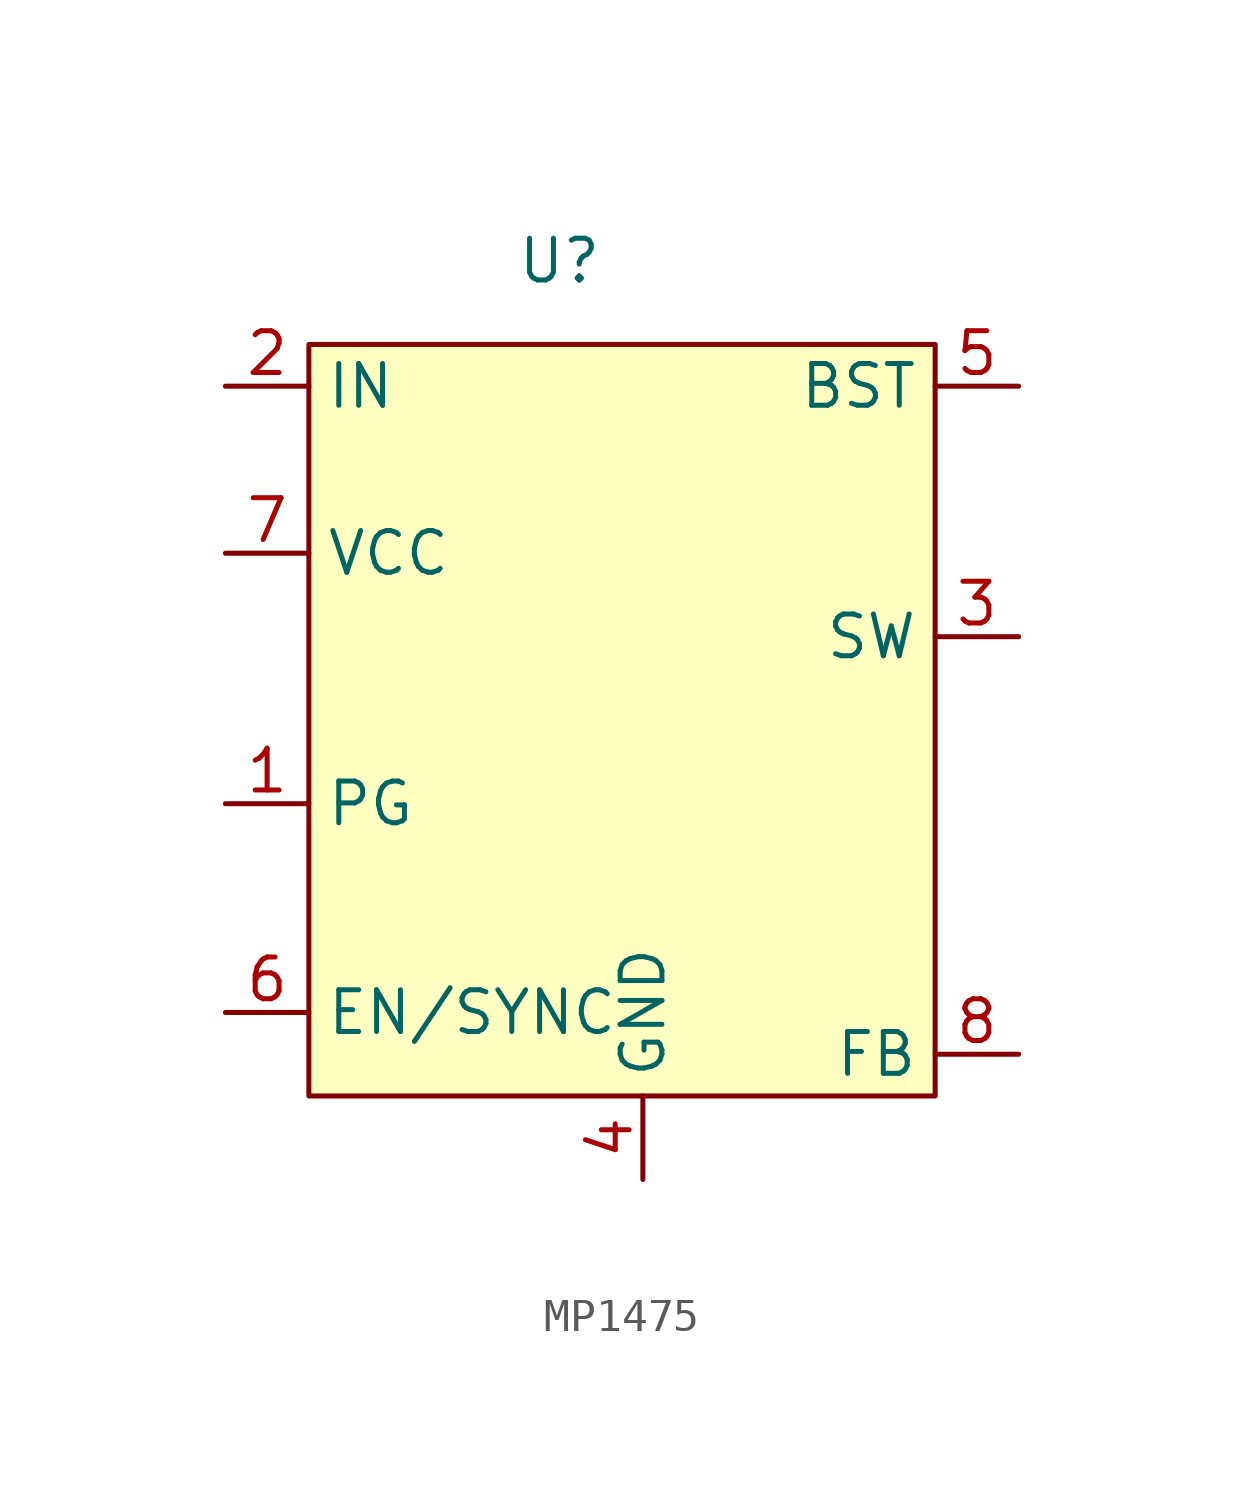
<source format=kicad_sym>
(kicad_symbol_lib
  (version 20220914)
  (generator kicad_symbol_editor)
  (symbol "MP1475"
    (property "Reference" "U"
      (at 0 0 0)
      (effects (font (size 1.27 1.27))))
    (property "Value" ""
      (at 0 0 0)
      (effects (font (size 1.27 1.27))))
    (symbol "MP1475_1_1"
      (rectangle (start -7.62 -2.54) (end 11.43 -25.4) (stroke (width 0) (type default)) (fill (type background)))
      (pin power_out line (at -10.16 -16.51 0) (length 2.54) (name "PG" (effects (font (size 1.27 1.27)))) (number "1" (effects (font (size 1.27 1.27)))))
      (pin power_in line (at -10.16 -3.81 0) (length 2.54) (name "IN" (effects (font (size 1.27 1.27)))) (number "2" (effects (font (size 1.27 1.27)))))
      (pin bidirectional line (at 13.97 -11.43 180) (length 2.54) (name "SW" (effects (font (size 1.27 1.27)))) (number "3" (effects (font (size 1.27 1.27)))))
      (pin power_in line (at 2.54 -27.94 90) (length 2.54) (name "GND" (effects (font (size 1.27 1.27)))) (number "4" (effects (font (size 1.27 1.27)))))
      (pin bidirectional line (at 13.97 -3.81 180) (length 2.54) (name "BST" (effects (font (size 1.27 1.27)))) (number "5" (effects (font (size 1.27 1.27)))))
      (pin bidirectional line (at -10.16 -22.86 0) (length 2.54) (name "EN/SYNC" (effects (font (size 1.27 1.27)))) (number "6" (effects (font (size 1.27 1.27)))))
      (pin power_in line (at -10.16 -8.89 0) (length 2.54) (name "VCC" (effects (font (size 1.27 1.27)))) (number "7" (effects (font (size 1.27 1.27)))))
      (pin bidirectional line (at 13.97 -24.13 180) (length 2.54) (name "FB" (effects (font (size 1.27 1.27)))) (number "8" (effects (font (size 1.27 1.27))))))))
</source>
